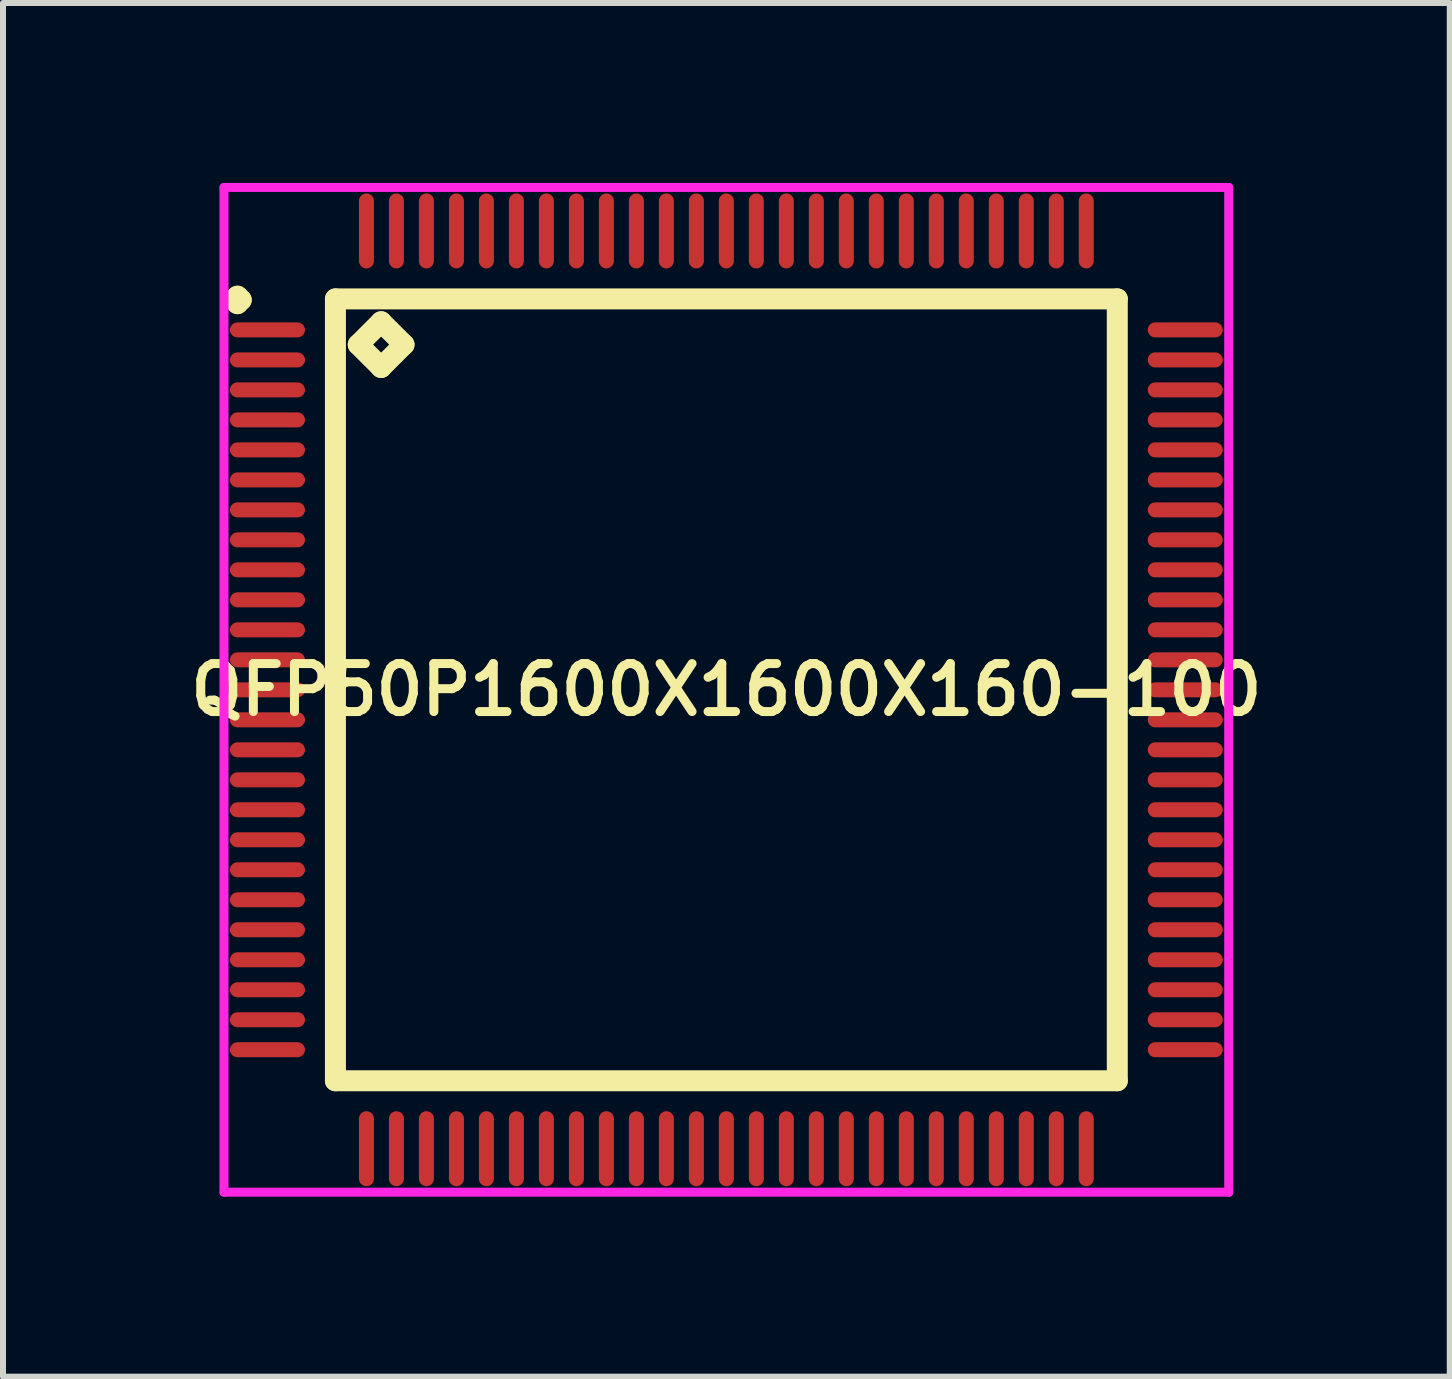
<source format=kicad_pcb>
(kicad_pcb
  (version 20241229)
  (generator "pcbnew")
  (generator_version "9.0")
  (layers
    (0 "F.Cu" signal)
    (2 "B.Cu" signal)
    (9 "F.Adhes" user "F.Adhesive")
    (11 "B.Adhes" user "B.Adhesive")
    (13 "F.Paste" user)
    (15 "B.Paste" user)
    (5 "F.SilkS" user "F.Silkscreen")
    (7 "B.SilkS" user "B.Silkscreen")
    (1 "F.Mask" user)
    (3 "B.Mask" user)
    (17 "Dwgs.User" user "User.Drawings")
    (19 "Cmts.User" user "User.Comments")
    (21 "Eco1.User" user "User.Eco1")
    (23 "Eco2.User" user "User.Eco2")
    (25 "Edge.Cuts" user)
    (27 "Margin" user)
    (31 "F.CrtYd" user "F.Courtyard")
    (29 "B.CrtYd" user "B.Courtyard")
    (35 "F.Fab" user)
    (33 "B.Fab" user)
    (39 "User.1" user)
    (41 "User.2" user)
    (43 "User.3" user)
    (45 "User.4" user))
  (footprint "QFP50P1600X1600X160-100"
    (layer "F.Cu")
    (at 9.059 8.45)
    (property "Reference" "QFP50P1600X1600X160-100" (at 0 0 0) (layer "F.SilkS") (effects (font (size 0.8 0.8) (thickness 0.15))))
    (attr smd)
    (fp_line (start -8.213 -6.5) (end -8.15 -6.562) (stroke (width 0.35) (type solid)) (layer "F.SilkS"))
    (fp_line (start -8.15 -6.562) (end -8.088 -6.5) (stroke (width 0.35) (type solid)) (layer "F.SilkS"))
    (fp_line (start -8.15 -6.438) (end -8.213 -6.5) (stroke (width 0.35) (type solid)) (layer "F.SilkS"))
    (fp_line (start -8.088 -6.5) (end -8.15 -6.438) (stroke (width 0.35) (type solid)) (layer "F.SilkS"))
    (fp_line (start -6.517 -6.517) (end -6.517 6.517) (stroke (width 0.35) (type solid)) (layer "F.SilkS"))
    (fp_line (start -6.517 6.517) (end 6.517 6.517) (stroke (width 0.35) (type solid)) (layer "F.SilkS"))
    (fp_line (start -6.136 -5.755) (end -5.755 -6.136) (stroke (width 0.35) (type solid)) (layer "F.SilkS"))
    (fp_line (start -5.755 -6.136) (end -5.374 -5.755) (stroke (width 0.35) (type solid)) (layer "F.SilkS"))
    (fp_line (start -5.755 -5.374) (end -6.136 -5.755) (stroke (width 0.35) (type solid)) (layer "F.SilkS"))
    (fp_line (start -5.374 -5.755) (end -5.755 -5.374) (stroke (width 0.35) (type solid)) (layer "F.SilkS"))
    (fp_line (start 6.517 -6.517) (end -6.517 -6.517) (stroke (width 0.35) (type solid)) (layer "F.SilkS"))
    (fp_line (start 6.517 6.517) (end 6.517 -6.517) (stroke (width 0.35) (type solid)) (layer "F.SilkS"))
    (fp_line (start -8.375 -8.375) (end 8.375 -8.375) (stroke (width 0.15) (type solid)) (layer "F.CrtYd"))
    (fp_line (start -8.375 8.375) (end -8.375 -8.375) (stroke (width 0.15) (type solid)) (layer "F.CrtYd"))
    (fp_line (start 8.375 -8.375) (end 8.375 8.375) (stroke (width 0.15) (type solid)) (layer "F.CrtYd"))
    (fp_line (start 8.375 8.375) (end -8.375 8.375) (stroke (width 0.15) (type solid)) (layer "F.CrtYd"))
    (pad "1" smd oval (at -7.65 -6) (size 1.25 0.25) (layers "F.Cu" "F.Mask" "F.Paste"))
    (pad "2" smd oval (at -7.65 -5.5) (size 1.25 0.25) (layers "F.Cu" "F.Mask" "F.Paste"))
    (pad "3" smd oval (at -7.65 -5) (size 1.25 0.25) (layers "F.Cu" "F.Mask" "F.Paste"))
    (pad "4" smd oval (at -7.65 -4.5) (size 1.25 0.25) (layers "F.Cu" "F.Mask" "F.Paste"))
    (pad "5" smd oval (at -7.65 -4) (size 1.25 0.25) (layers "F.Cu" "F.Mask" "F.Paste"))
    (pad "6" smd oval (at -7.65 -3.5) (size 1.25 0.25) (layers "F.Cu" "F.Mask" "F.Paste"))
    (pad "7" smd oval (at -7.65 -3) (size 1.25 0.25) (layers "F.Cu" "F.Mask" "F.Paste"))
    (pad "8" smd oval (at -7.65 -2.5) (size 1.25 0.25) (layers "F.Cu" "F.Mask" "F.Paste"))
    (pad "9" smd oval (at -7.65 -2) (size 1.25 0.25) (layers "F.Cu" "F.Mask" "F.Paste"))
    (pad "10" smd oval (at -7.65 -1.5) (size 1.25 0.25) (layers "F.Cu" "F.Mask" "F.Paste"))
    (pad "11" smd oval (at -7.65 -1) (size 1.25 0.25) (layers "F.Cu" "F.Mask" "F.Paste"))
    (pad "12" smd oval (at -7.65 -0.5) (size 1.25 0.25) (layers "F.Cu" "F.Mask" "F.Paste"))
    (pad "13" smd oval (at -7.65 0) (size 1.25 0.25) (layers "F.Cu" "F.Mask" "F.Paste"))
    (pad "14" smd oval (at -7.65 0.5) (size 1.25 0.25) (layers "F.Cu" "F.Mask" "F.Paste"))
    (pad "15" smd oval (at -7.65 1) (size 1.25 0.25) (layers "F.Cu" "F.Mask" "F.Paste"))
    (pad "16" smd oval (at -7.65 1.5) (size 1.25 0.25) (layers "F.Cu" "F.Mask" "F.Paste"))
    (pad "17" smd oval (at -7.65 2) (size 1.25 0.25) (layers "F.Cu" "F.Mask" "F.Paste"))
    (pad "18" smd oval (at -7.65 2.5) (size 1.25 0.25) (layers "F.Cu" "F.Mask" "F.Paste"))
    (pad "19" smd oval (at -7.65 3) (size 1.25 0.25) (layers "F.Cu" "F.Mask" "F.Paste"))
    (pad "20" smd oval (at -7.65 3.5) (size 1.25 0.25) (layers "F.Cu" "F.Mask" "F.Paste"))
    (pad "21" smd oval (at -7.65 4) (size 1.25 0.25) (layers "F.Cu" "F.Mask" "F.Paste"))
    (pad "22" smd oval (at -7.65 4.5) (size 1.25 0.25) (layers "F.Cu" "F.Mask" "F.Paste"))
    (pad "23" smd oval (at -7.65 5) (size 1.25 0.25) (layers "F.Cu" "F.Mask" "F.Paste"))
    (pad "24" smd oval (at -7.65 5.5) (size 1.25 0.25) (layers "F.Cu" "F.Mask" "F.Paste"))
    (pad "25" smd oval (at -7.65 6) (size 1.25 0.25) (layers "F.Cu" "F.Mask" "F.Paste"))
    (pad "26" smd oval (at -6 7.65) (size 0.25 1.25) (layers "F.Cu" "F.Mask" "F.Paste"))
    (pad "27" smd oval (at -5.5 7.65) (size 0.25 1.25) (layers "F.Cu" "F.Mask" "F.Paste"))
    (pad "28" smd oval (at -5 7.65) (size 0.25 1.25) (layers "F.Cu" "F.Mask" "F.Paste"))
    (pad "29" smd oval (at -4.5 7.65) (size 0.25 1.25) (layers "F.Cu" "F.Mask" "F.Paste"))
    (pad "30" smd oval (at -4 7.65) (size 0.25 1.25) (layers "F.Cu" "F.Mask" "F.Paste"))
    (pad "31" smd oval (at -3.5 7.65) (size 0.25 1.25) (layers "F.Cu" "F.Mask" "F.Paste"))
    (pad "32" smd oval (at -3 7.65) (size 0.25 1.25) (layers "F.Cu" "F.Mask" "F.Paste"))
    (pad "33" smd oval (at -2.5 7.65) (size 0.25 1.25) (layers "F.Cu" "F.Mask" "F.Paste"))
    (pad "34" smd oval (at -2 7.65) (size 0.25 1.25) (layers "F.Cu" "F.Mask" "F.Paste"))
    (pad "35" smd oval (at -1.5 7.65) (size 0.25 1.25) (layers "F.Cu" "F.Mask" "F.Paste"))
    (pad "36" smd oval (at -1 7.65) (size 0.25 1.25) (layers "F.Cu" "F.Mask" "F.Paste"))
    (pad "37" smd oval (at -0.5 7.65) (size 0.25 1.25) (layers "F.Cu" "F.Mask" "F.Paste"))
    (pad "38" smd oval (at 0 7.65) (size 0.25 1.25) (layers "F.Cu" "F.Mask" "F.Paste"))
    (pad "39" smd oval (at 0.5 7.65) (size 0.25 1.25) (layers "F.Cu" "F.Mask" "F.Paste"))
    (pad "40" smd oval (at 1 7.65) (size 0.25 1.25) (layers "F.Cu" "F.Mask" "F.Paste"))
    (pad "41" smd oval (at 1.5 7.65) (size 0.25 1.25) (layers "F.Cu" "F.Mask" "F.Paste"))
    (pad "42" smd oval (at 2 7.65) (size 0.25 1.25) (layers "F.Cu" "F.Mask" "F.Paste"))
    (pad "43" smd oval (at 2.5 7.65) (size 0.25 1.25) (layers "F.Cu" "F.Mask" "F.Paste"))
    (pad "44" smd oval (at 3 7.65) (size 0.25 1.25) (layers "F.Cu" "F.Mask" "F.Paste"))
    (pad "45" smd oval (at 3.5 7.65) (size 0.25 1.25) (layers "F.Cu" "F.Mask" "F.Paste"))
    (pad "46" smd oval (at 4 7.65) (size 0.25 1.25) (layers "F.Cu" "F.Mask" "F.Paste"))
    (pad "47" smd oval (at 4.5 7.65) (size 0.25 1.25) (layers "F.Cu" "F.Mask" "F.Paste"))
    (pad "48" smd oval (at 5 7.65) (size 0.25 1.25) (layers "F.Cu" "F.Mask" "F.Paste"))
    (pad "49" smd oval (at 5.5 7.65) (size 0.25 1.25) (layers "F.Cu" "F.Mask" "F.Paste"))
    (pad "50" smd oval (at 6 7.65) (size 0.25 1.25) (layers "F.Cu" "F.Mask" "F.Paste"))
    (pad "51" smd oval (at 7.65 6) (size 1.25 0.25) (layers "F.Cu" "F.Mask" "F.Paste"))
    (pad "52" smd oval (at 7.65 5.5) (size 1.25 0.25) (layers "F.Cu" "F.Mask" "F.Paste"))
    (pad "53" smd oval (at 7.65 5) (size 1.25 0.25) (layers "F.Cu" "F.Mask" "F.Paste"))
    (pad "54" smd oval (at 7.65 4.5) (size 1.25 0.25) (layers "F.Cu" "F.Mask" "F.Paste"))
    (pad "55" smd oval (at 7.65 4) (size 1.25 0.25) (layers "F.Cu" "F.Mask" "F.Paste"))
    (pad "56" smd oval (at 7.65 3.5) (size 1.25 0.25) (layers "F.Cu" "F.Mask" "F.Paste"))
    (pad "57" smd oval (at 7.65 3) (size 1.25 0.25) (layers "F.Cu" "F.Mask" "F.Paste"))
    (pad "58" smd oval (at 7.65 2.5) (size 1.25 0.25) (layers "F.Cu" "F.Mask" "F.Paste"))
    (pad "59" smd oval (at 7.65 2) (size 1.25 0.25) (layers "F.Cu" "F.Mask" "F.Paste"))
    (pad "60" smd oval (at 7.65 1.5) (size 1.25 0.25) (layers "F.Cu" "F.Mask" "F.Paste"))
    (pad "61" smd oval (at 7.65 1) (size 1.25 0.25) (layers "F.Cu" "F.Mask" "F.Paste"))
    (pad "62" smd oval (at 7.65 0.5) (size 1.25 0.25) (layers "F.Cu" "F.Mask" "F.Paste"))
    (pad "63" smd oval (at 7.65 0) (size 1.25 0.25) (layers "F.Cu" "F.Mask" "F.Paste"))
    (pad "64" smd oval (at 7.65 -0.5) (size 1.25 0.25) (layers "F.Cu" "F.Mask" "F.Paste"))
    (pad "65" smd oval (at 7.65 -1) (size 1.25 0.25) (layers "F.Cu" "F.Mask" "F.Paste"))
    (pad "66" smd oval (at 7.65 -1.5) (size 1.25 0.25) (layers "F.Cu" "F.Mask" "F.Paste"))
    (pad "67" smd oval (at 7.65 -2) (size 1.25 0.25) (layers "F.Cu" "F.Mask" "F.Paste"))
    (pad "68" smd oval (at 7.65 -2.5) (size 1.25 0.25) (layers "F.Cu" "F.Mask" "F.Paste"))
    (pad "69" smd oval (at 7.65 -3) (size 1.25 0.25) (layers "F.Cu" "F.Mask" "F.Paste"))
    (pad "70" smd oval (at 7.65 -3.5) (size 1.25 0.25) (layers "F.Cu" "F.Mask" "F.Paste"))
    (pad "71" smd oval (at 7.65 -4) (size 1.25 0.25) (layers "F.Cu" "F.Mask" "F.Paste"))
    (pad "72" smd oval (at 7.65 -4.5) (size 1.25 0.25) (layers "F.Cu" "F.Mask" "F.Paste"))
    (pad "73" smd oval (at 7.65 -5) (size 1.25 0.25) (layers "F.Cu" "F.Mask" "F.Paste"))
    (pad "74" smd oval (at 7.65 -5.5) (size 1.25 0.25) (layers "F.Cu" "F.Mask" "F.Paste"))
    (pad "75" smd oval (at 7.65 -6) (size 1.25 0.25) (layers "F.Cu" "F.Mask" "F.Paste"))
    (pad "76" smd oval (at 6 -7.65) (size 0.25 1.25) (layers "F.Cu" "F.Mask" "F.Paste"))
    (pad "77" smd oval (at 5.5 -7.65) (size 0.25 1.25) (layers "F.Cu" "F.Mask" "F.Paste"))
    (pad "78" smd oval (at 5 -7.65) (size 0.25 1.25) (layers "F.Cu" "F.Mask" "F.Paste"))
    (pad "79" smd oval (at 4.5 -7.65) (size 0.25 1.25) (layers "F.Cu" "F.Mask" "F.Paste"))
    (pad "80" smd oval (at 4 -7.65) (size 0.25 1.25) (layers "F.Cu" "F.Mask" "F.Paste"))
    (pad "81" smd oval (at 3.5 -7.65) (size 0.25 1.25) (layers "F.Cu" "F.Mask" "F.Paste"))
    (pad "82" smd oval (at 3 -7.65) (size 0.25 1.25) (layers "F.Cu" "F.Mask" "F.Paste"))
    (pad "83" smd oval (at 2.5 -7.65) (size 0.25 1.25) (layers "F.Cu" "F.Mask" "F.Paste"))
    (pad "84" smd oval (at 2 -7.65) (size 0.25 1.25) (layers "F.Cu" "F.Mask" "F.Paste"))
    (pad "85" smd oval (at 1.5 -7.65) (size 0.25 1.25) (layers "F.Cu" "F.Mask" "F.Paste"))
    (pad "86" smd oval (at 1 -7.65) (size 0.25 1.25) (layers "F.Cu" "F.Mask" "F.Paste"))
    (pad "87" smd oval (at 0.5 -7.65) (size 0.25 1.25) (layers "F.Cu" "F.Mask" "F.Paste"))
    (pad "88" smd oval (at 0 -7.65) (size 0.25 1.25) (layers "F.Cu" "F.Mask" "F.Paste"))
    (pad "89" smd oval (at -0.5 -7.65) (size 0.25 1.25) (layers "F.Cu" "F.Mask" "F.Paste"))
    (pad "90" smd oval (at -1 -7.65) (size 0.25 1.25) (layers "F.Cu" "F.Mask" "F.Paste"))
    (pad "91" smd oval (at -1.5 -7.65) (size 0.25 1.25) (layers "F.Cu" "F.Mask" "F.Paste"))
    (pad "92" smd oval (at -2 -7.65) (size 0.25 1.25) (layers "F.Cu" "F.Mask" "F.Paste"))
    (pad "93" smd oval (at -2.5 -7.65) (size 0.25 1.25) (layers "F.Cu" "F.Mask" "F.Paste"))
    (pad "94" smd oval (at -3 -7.65) (size 0.25 1.25) (layers "F.Cu" "F.Mask" "F.Paste"))
    (pad "95" smd oval (at -3.5 -7.65) (size 0.25 1.25) (layers "F.Cu" "F.Mask" "F.Paste"))
    (pad "96" smd oval (at -4 -7.65) (size 0.25 1.25) (layers "F.Cu" "F.Mask" "F.Paste"))
    (pad "97" smd oval (at -4.5 -7.65) (size 0.25 1.25) (layers "F.Cu" "F.Mask" "F.Paste"))
    (pad "98" smd oval (at -5 -7.65) (size 0.25 1.25) (layers "F.Cu" "F.Mask" "F.Paste"))
    (pad "99" smd oval (at -5.5 -7.65) (size 0.25 1.25) (layers "F.Cu" "F.Mask" "F.Paste"))
    (pad "100" smd oval (at -6 -7.65) (size 0.25 1.25) (layers "F.Cu" "F.Mask" "F.Paste")))
  (gr_rect
    (start -3 -3)
    (end 21.119 19.9)
    (stroke (width 0.1) (type default))
    (fill no)
    (layer "Edge.Cuts")))
</source>
